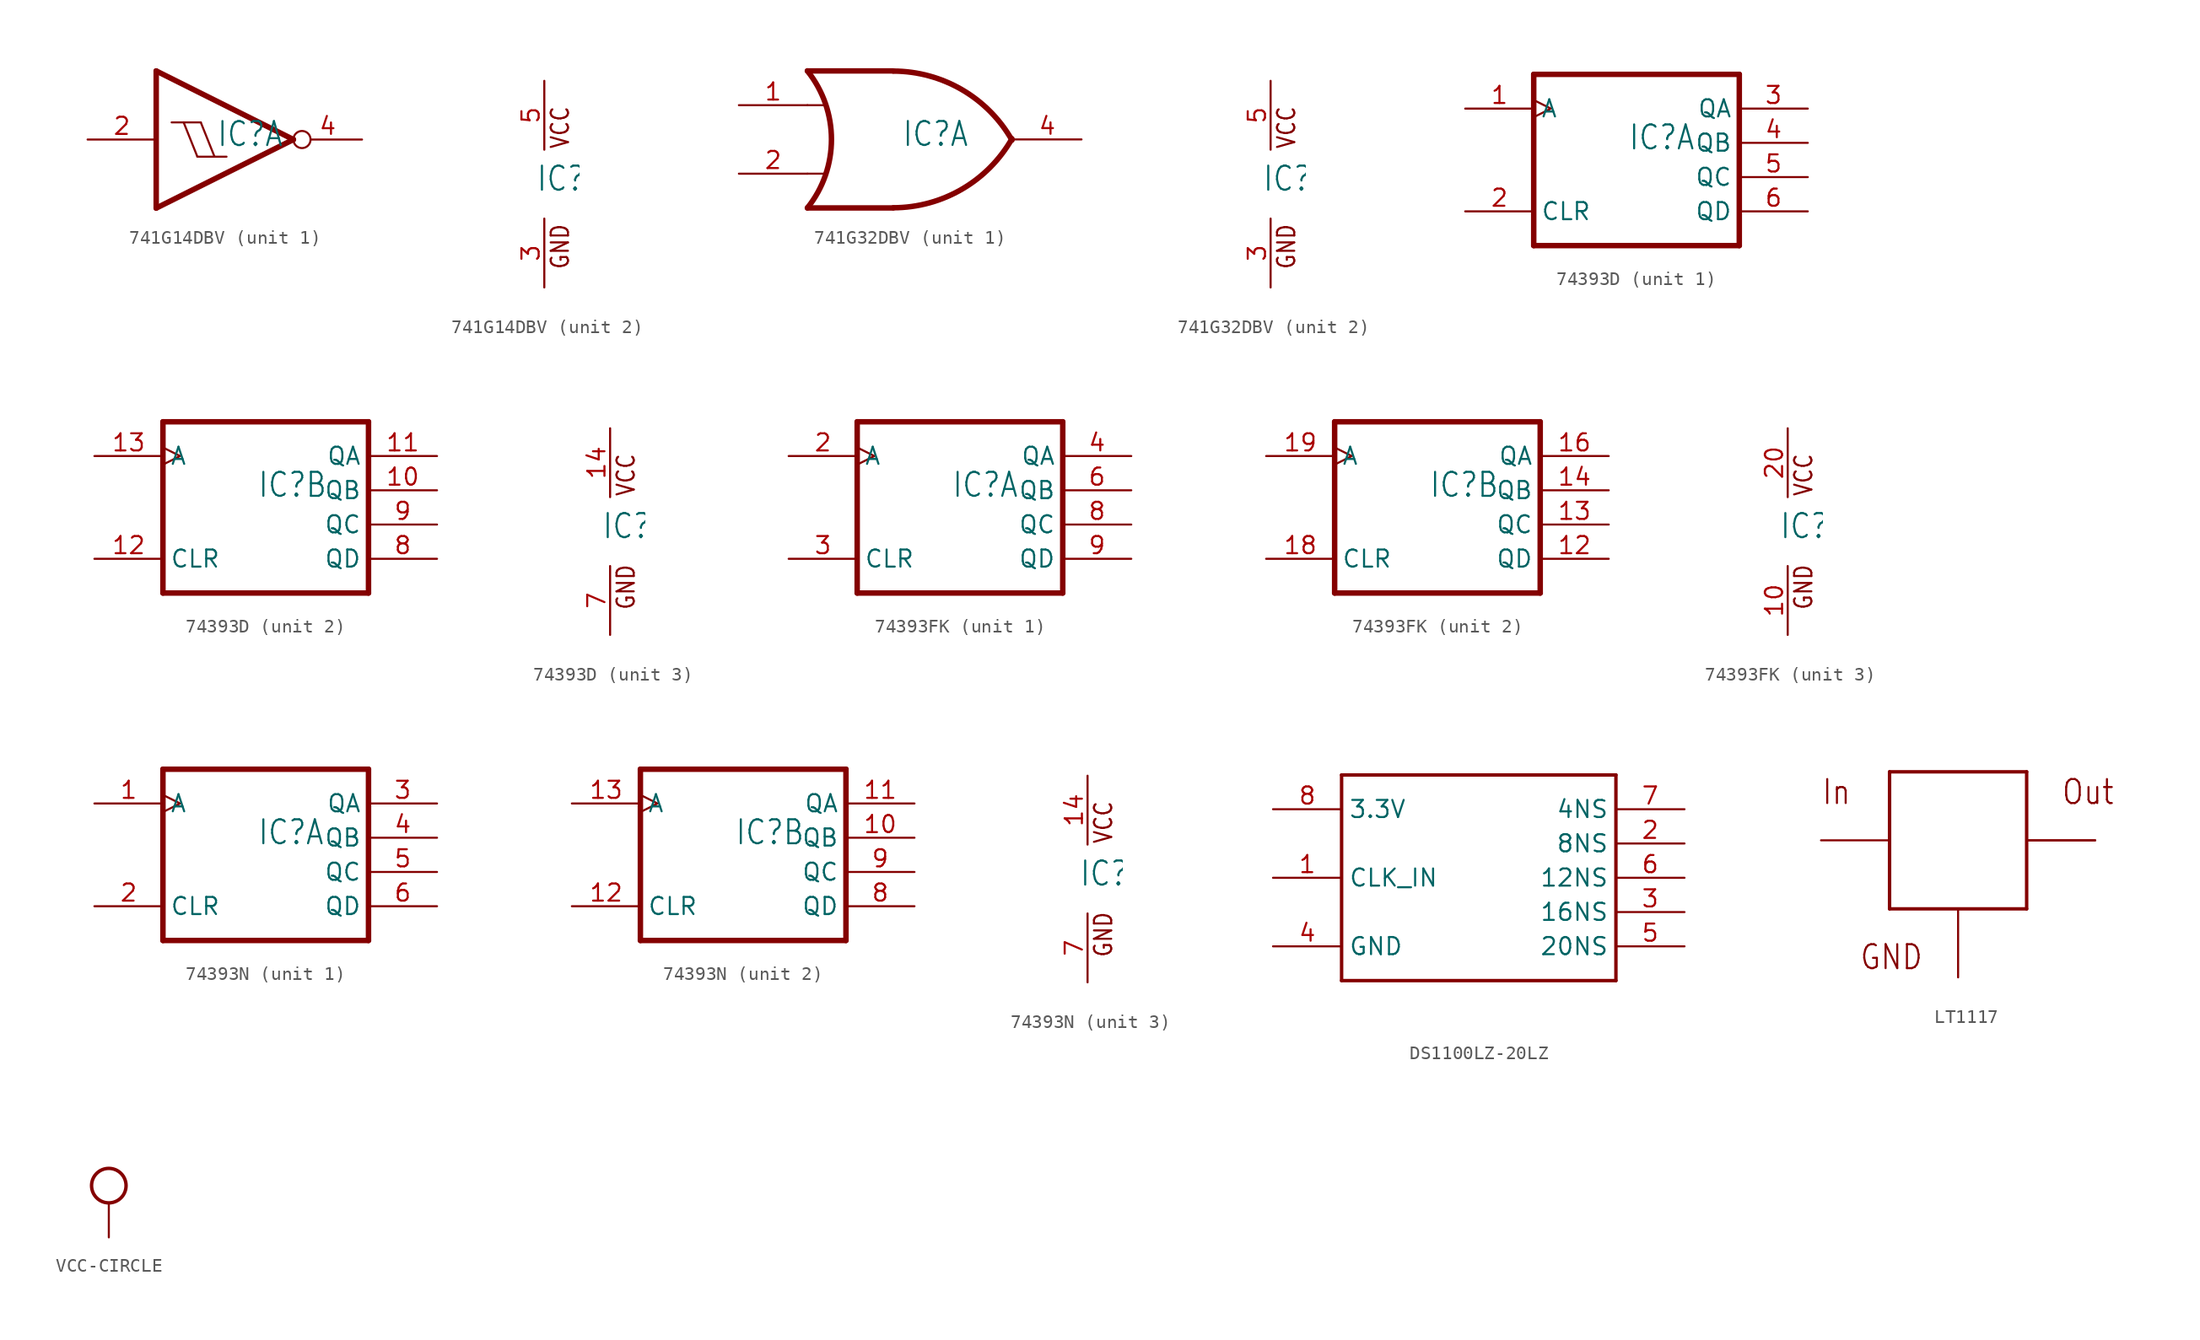
<source format=kicad_sym>
(kicad_symbol_lib
  (version 20231120)
  (generator "kicad_symbol_editor")
  (generator_version "8.0")
  (symbol "741G14DBV"
    (property "Reference" "IC"
      (at -0.635 -0.635 0)
      (effects (font (size 1.778 1.511)) (justify left bottom)))
    (property "ki_locked" ""
      (at 0 0 0)
      (effects (font (size 1.27 1.27))))
    (symbol "741G14DBV_1_0"
      (polyline (pts (xy -5.08 -5.08) (xy -5.08 5.08)) (stroke (width 0.406) (type solid)) (fill (type none)))
      (polyline (pts (xy -5.08 5.08) (xy 5.08 0)) (stroke (width 0.406) (type solid)) (fill (type none)))
      (polyline (pts (xy -3.937 1.27) (xy -3.048 1.27)) (stroke (width 0.152) (type solid)) (fill (type none)))
      (polyline (pts (xy -3.048 1.27) (xy -1.778 1.27)) (stroke (width 0.152) (type solid)) (fill (type none)))
      (polyline (pts (xy -2.032 -1.27) (xy -3.048 1.27)) (stroke (width 0.152) (type solid)) (fill (type none)))
      (polyline (pts (xy -2.032 -1.27) (xy -0.762 -1.27)) (stroke (width 0.152) (type solid)) (fill (type none)))
      (polyline (pts (xy -0.762 -1.27) (xy -1.778 1.27)) (stroke (width 0.152) (type solid)) (fill (type none)))
      (polyline (pts (xy -0.762 -1.27) (xy 0.127 -1.27)) (stroke (width 0.152) (type solid)) (fill (type none)))
      (polyline (pts (xy 5.08 0) (xy -5.08 -5.08)) (stroke (width 0.406) (type solid)) (fill (type none)))
      (pin input line (at -10.16 0 0) (length 5.08) (name "I" (effects (font (size 0 0)))) (number "2" (effects (font (size 1.27 1.27)))))
      (pin output inverted (at 10.16 0 180) (length 5.08) (name "O" (effects (font (size 0 0)))) (number "4" (effects (font (size 1.27 1.27))))))
    (symbol "741G14DBV_2_0"
      (text "GND" (at 1.905 -6.35 900) (effects (font (size 1.27 1.079)) (justify left bottom)))
      (text "VCC" (at 1.905 2.54 900) (effects (font (size 1.27 1.079)) (justify left bottom)))
      (pin power_in line (at 0 -7.62 90) (length 5.08) (name "GND" (effects (font (size 0 0)))) (number "3" (effects (font (size 1.27 1.27)))))
      (pin power_in line (at 0 7.62 270) (length 5.08) (name "VCC" (effects (font (size 0 0)))) (number "5" (effects (font (size 1.27 1.27)))))))
  (symbol "741G32DBV"
    (property "Reference" "IC"
      (at -0.635 -0.635 0)
      (effects (font (size 1.778 1.511)) (justify left bottom)))
    (property "ki_locked" ""
      (at 0 0 0)
      (effects (font (size 1.27 1.27))))
    (symbol "741G32DBV_1_0"
      (arc (start -7.6199 -5.0799) (mid -5.838 0.0001) (end -7.62 5.08) (stroke (width 0.4064) (type solid)) (fill (type none)))
      (arc (start -1.2446 -5.0678) (mid 3.8371 -3.6891) (end 7.5439 0.0506) (stroke (width 0.4064) (type solid)) (fill (type none)))
      (polyline (pts (xy -7.62 -2.54) (xy -6.35 -2.54)) (stroke (width 0.152) (type solid)) (fill (type none)))
      (polyline (pts (xy -7.62 2.54) (xy -6.35 2.54)) (stroke (width 0.152) (type solid)) (fill (type none)))
      (polyline (pts (xy -1.27 -5.08) (xy -7.62 -5.08)) (stroke (width 0.406) (type solid)) (fill (type none)))
      (polyline (pts (xy -1.27 5.08) (xy -7.62 5.08)) (stroke (width 0.406) (type solid)) (fill (type none)))
      (arc (start 7.5441 -0.0504) (mid 3.8372 3.6892) (end -1.2446 5.0678) (stroke (width 0.4064) (type solid)) (fill (type none)))
      (pin input line (at -12.7 2.54 0) (length 5.08) (name "I0" (effects (font (size 0 0)))) (number "1" (effects (font (size 1.27 1.27)))))
      (pin input line (at -12.7 -2.54 0) (length 5.08) (name "I1" (effects (font (size 0 0)))) (number "2" (effects (font (size 1.27 1.27)))))
      (pin output line (at 12.7 0 180) (length 5.08) (name "O" (effects (font (size 0 0)))) (number "4" (effects (font (size 1.27 1.27))))))
    (symbol "741G32DBV_2_0"
      (text "GND" (at 1.905 -6.35 900) (effects (font (size 1.27 1.079)) (justify left bottom)))
      (text "VCC" (at 1.905 2.54 900) (effects (font (size 1.27 1.079)) (justify left bottom)))
      (pin power_in line (at 0 -7.62 90) (length 5.08) (name "GND" (effects (font (size 0 0)))) (number "3" (effects (font (size 1.27 1.27)))))
      (pin power_in line (at 0 7.62 270) (length 5.08) (name "VCC" (effects (font (size 0 0)))) (number "5" (effects (font (size 1.27 1.27)))))))
  (symbol "74393D"
    (property "Reference" "IC"
      (at -0.635 -0.635 0)
      (effects (font (size 1.778 1.511)) (justify left bottom)))
    (property "ki_locked" ""
      (at 0 0 0)
      (effects (font (size 1.27 1.27))))
    (symbol "74393D_1_0"
      (polyline (pts (xy -7.62 -7.62) (xy 7.62 -7.62)) (stroke (width 0.406) (type solid)) (fill (type none)))
      (polyline (pts (xy -7.62 5.08) (xy -7.62 -7.62)) (stroke (width 0.406) (type solid)) (fill (type none)))
      (polyline (pts (xy 7.62 -7.62) (xy 7.62 5.08)) (stroke (width 0.406) (type solid)) (fill (type none)))
      (polyline (pts (xy 7.62 5.08) (xy -7.62 5.08)) (stroke (width 0.406) (type solid)) (fill (type none)))
      (pin input clock (at -12.7 2.54 0) (length 5.08) (name "A" (effects (font (size 1.27 1.27)))) (number "1" (effects (font (size 1.27 1.27)))))
      (pin input line (at -12.7 -5.08 0) (length 5.08) (name "CLR" (effects (font (size 1.27 1.27)))) (number "2" (effects (font (size 1.27 1.27)))))
      (pin output line (at 12.7 2.54 180) (length 5.08) (name "QA" (effects (font (size 1.27 1.27)))) (number "3" (effects (font (size 1.27 1.27)))))
      (pin output line (at 12.7 0 180) (length 5.08) (name "QB" (effects (font (size 1.27 1.27)))) (number "4" (effects (font (size 1.27 1.27)))))
      (pin output line (at 12.7 -2.54 180) (length 5.08) (name "QC" (effects (font (size 1.27 1.27)))) (number "5" (effects (font (size 1.27 1.27)))))
      (pin output line (at 12.7 -5.08 180) (length 5.08) (name "QD" (effects (font (size 1.27 1.27)))) (number "6" (effects (font (size 1.27 1.27))))))
    (symbol "74393D_2_0"
      (polyline (pts (xy -7.62 -7.62) (xy 7.62 -7.62)) (stroke (width 0.406) (type solid)) (fill (type none)))
      (polyline (pts (xy -7.62 5.08) (xy -7.62 -7.62)) (stroke (width 0.406) (type solid)) (fill (type none)))
      (polyline (pts (xy 7.62 -7.62) (xy 7.62 5.08)) (stroke (width 0.406) (type solid)) (fill (type none)))
      (polyline (pts (xy 7.62 5.08) (xy -7.62 5.08)) (stroke (width 0.406) (type solid)) (fill (type none)))
      (pin output line (at 12.7 0 180) (length 5.08) (name "QB" (effects (font (size 1.27 1.27)))) (number "10" (effects (font (size 1.27 1.27)))))
      (pin output line (at 12.7 2.54 180) (length 5.08) (name "QA" (effects (font (size 1.27 1.27)))) (number "11" (effects (font (size 1.27 1.27)))))
      (pin input line (at -12.7 -5.08 0) (length 5.08) (name "CLR" (effects (font (size 1.27 1.27)))) (number "12" (effects (font (size 1.27 1.27)))))
      (pin input clock (at -12.7 2.54 0) (length 5.08) (name "A" (effects (font (size 1.27 1.27)))) (number "13" (effects (font (size 1.27 1.27)))))
      (pin output line (at 12.7 -5.08 180) (length 5.08) (name "QD" (effects (font (size 1.27 1.27)))) (number "8" (effects (font (size 1.27 1.27)))))
      (pin output line (at 12.7 -2.54 180) (length 5.08) (name "QC" (effects (font (size 1.27 1.27)))) (number "9" (effects (font (size 1.27 1.27))))))
    (symbol "74393D_3_0"
      (text "GND" (at 1.905 -5.842 900) (effects (font (size 1.27 1.079)) (justify left bottom)))
      (text "VCC" (at 1.905 2.54 900) (effects (font (size 1.27 1.079)) (justify left bottom)))
      (pin power_in line (at 0 7.62 270) (length 5.08) (name "VCC" (effects (font (size 0 0)))) (number "14" (effects (font (size 1.27 1.27)))))
      (pin power_in line (at 0 -7.62 90) (length 5.08) (name "GND" (effects (font (size 0 0)))) (number "7" (effects (font (size 1.27 1.27)))))))
  (symbol "74393FK"
    (property "Reference" "IC"
      (at -0.635 -0.635 0)
      (effects (font (size 1.778 1.511)) (justify left bottom)))
    (property "ki_locked" ""
      (at 0 0 0)
      (effects (font (size 1.27 1.27))))
    (symbol "74393FK_1_0"
      (polyline (pts (xy -7.62 -7.62) (xy 7.62 -7.62)) (stroke (width 0.406) (type solid)) (fill (type none)))
      (polyline (pts (xy -7.62 5.08) (xy -7.62 -7.62)) (stroke (width 0.406) (type solid)) (fill (type none)))
      (polyline (pts (xy 7.62 -7.62) (xy 7.62 5.08)) (stroke (width 0.406) (type solid)) (fill (type none)))
      (polyline (pts (xy 7.62 5.08) (xy -7.62 5.08)) (stroke (width 0.406) (type solid)) (fill (type none)))
      (pin input clock (at -12.7 2.54 0) (length 5.08) (name "A" (effects (font (size 1.27 1.27)))) (number "2" (effects (font (size 1.27 1.27)))))
      (pin input line (at -12.7 -5.08 0) (length 5.08) (name "CLR" (effects (font (size 1.27 1.27)))) (number "3" (effects (font (size 1.27 1.27)))))
      (pin output line (at 12.7 2.54 180) (length 5.08) (name "QA" (effects (font (size 1.27 1.27)))) (number "4" (effects (font (size 1.27 1.27)))))
      (pin output line (at 12.7 0 180) (length 5.08) (name "QB" (effects (font (size 1.27 1.27)))) (number "6" (effects (font (size 1.27 1.27)))))
      (pin output line (at 12.7 -2.54 180) (length 5.08) (name "QC" (effects (font (size 1.27 1.27)))) (number "8" (effects (font (size 1.27 1.27)))))
      (pin output line (at 12.7 -5.08 180) (length 5.08) (name "QD" (effects (font (size 1.27 1.27)))) (number "9" (effects (font (size 1.27 1.27))))))
    (symbol "74393FK_2_0"
      (polyline (pts (xy -7.62 -7.62) (xy 7.62 -7.62)) (stroke (width 0.406) (type solid)) (fill (type none)))
      (polyline (pts (xy -7.62 5.08) (xy -7.62 -7.62)) (stroke (width 0.406) (type solid)) (fill (type none)))
      (polyline (pts (xy 7.62 -7.62) (xy 7.62 5.08)) (stroke (width 0.406) (type solid)) (fill (type none)))
      (polyline (pts (xy 7.62 5.08) (xy -7.62 5.08)) (stroke (width 0.406) (type solid)) (fill (type none)))
      (pin output line (at 12.7 -5.08 180) (length 5.08) (name "QD" (effects (font (size 1.27 1.27)))) (number "12" (effects (font (size 1.27 1.27)))))
      (pin output line (at 12.7 -2.54 180) (length 5.08) (name "QC" (effects (font (size 1.27 1.27)))) (number "13" (effects (font (size 1.27 1.27)))))
      (pin output line (at 12.7 0 180) (length 5.08) (name "QB" (effects (font (size 1.27 1.27)))) (number "14" (effects (font (size 1.27 1.27)))))
      (pin output line (at 12.7 2.54 180) (length 5.08) (name "QA" (effects (font (size 1.27 1.27)))) (number "16" (effects (font (size 1.27 1.27)))))
      (pin input line (at -12.7 -5.08 0) (length 5.08) (name "CLR" (effects (font (size 1.27 1.27)))) (number "18" (effects (font (size 1.27 1.27)))))
      (pin input clock (at -12.7 2.54 0) (length 5.08) (name "A" (effects (font (size 1.27 1.27)))) (number "19" (effects (font (size 1.27 1.27))))))
    (symbol "74393FK_3_0"
      (text "GND" (at 1.905 -5.842 900) (effects (font (size 1.27 1.079)) (justify left bottom)))
      (text "VCC" (at 1.905 2.54 900) (effects (font (size 1.27 1.079)) (justify left bottom)))
      (pin power_in line (at 0 -7.62 90) (length 5.08) (name "GND" (effects (font (size 0 0)))) (number "10" (effects (font (size 1.27 1.27)))))
      (pin power_in line (at 0 7.62 270) (length 5.08) (name "VCC" (effects (font (size 0 0)))) (number "20" (effects (font (size 1.27 1.27)))))))
  (symbol "74393N"
    (property "Reference" "IC"
      (at -0.635 -0.635 0)
      (effects (font (size 1.778 1.511)) (justify left bottom)))
    (property "ki_locked" ""
      (at 0 0 0)
      (effects (font (size 1.27 1.27))))
    (symbol "74393N_1_0"
      (polyline (pts (xy -7.62 -7.62) (xy 7.62 -7.62)) (stroke (width 0.406) (type solid)) (fill (type none)))
      (polyline (pts (xy -7.62 5.08) (xy -7.62 -7.62)) (stroke (width 0.406) (type solid)) (fill (type none)))
      (polyline (pts (xy 7.62 -7.62) (xy 7.62 5.08)) (stroke (width 0.406) (type solid)) (fill (type none)))
      (polyline (pts (xy 7.62 5.08) (xy -7.62 5.08)) (stroke (width 0.406) (type solid)) (fill (type none)))
      (pin input clock (at -12.7 2.54 0) (length 5.08) (name "A" (effects (font (size 1.27 1.27)))) (number "1" (effects (font (size 1.27 1.27)))))
      (pin input line (at -12.7 -5.08 0) (length 5.08) (name "CLR" (effects (font (size 1.27 1.27)))) (number "2" (effects (font (size 1.27 1.27)))))
      (pin output line (at 12.7 2.54 180) (length 5.08) (name "QA" (effects (font (size 1.27 1.27)))) (number "3" (effects (font (size 1.27 1.27)))))
      (pin output line (at 12.7 0 180) (length 5.08) (name "QB" (effects (font (size 1.27 1.27)))) (number "4" (effects (font (size 1.27 1.27)))))
      (pin output line (at 12.7 -2.54 180) (length 5.08) (name "QC" (effects (font (size 1.27 1.27)))) (number "5" (effects (font (size 1.27 1.27)))))
      (pin output line (at 12.7 -5.08 180) (length 5.08) (name "QD" (effects (font (size 1.27 1.27)))) (number "6" (effects (font (size 1.27 1.27))))))
    (symbol "74393N_2_0"
      (polyline (pts (xy -7.62 -7.62) (xy 7.62 -7.62)) (stroke (width 0.406) (type solid)) (fill (type none)))
      (polyline (pts (xy -7.62 5.08) (xy -7.62 -7.62)) (stroke (width 0.406) (type solid)) (fill (type none)))
      (polyline (pts (xy 7.62 -7.62) (xy 7.62 5.08)) (stroke (width 0.406) (type solid)) (fill (type none)))
      (polyline (pts (xy 7.62 5.08) (xy -7.62 5.08)) (stroke (width 0.406) (type solid)) (fill (type none)))
      (pin output line (at 12.7 0 180) (length 5.08) (name "QB" (effects (font (size 1.27 1.27)))) (number "10" (effects (font (size 1.27 1.27)))))
      (pin output line (at 12.7 2.54 180) (length 5.08) (name "QA" (effects (font (size 1.27 1.27)))) (number "11" (effects (font (size 1.27 1.27)))))
      (pin input line (at -12.7 -5.08 0) (length 5.08) (name "CLR" (effects (font (size 1.27 1.27)))) (number "12" (effects (font (size 1.27 1.27)))))
      (pin input clock (at -12.7 2.54 0) (length 5.08) (name "A" (effects (font (size 1.27 1.27)))) (number "13" (effects (font (size 1.27 1.27)))))
      (pin output line (at 12.7 -5.08 180) (length 5.08) (name "QD" (effects (font (size 1.27 1.27)))) (number "8" (effects (font (size 1.27 1.27)))))
      (pin output line (at 12.7 -2.54 180) (length 5.08) (name "QC" (effects (font (size 1.27 1.27)))) (number "9" (effects (font (size 1.27 1.27))))))
    (symbol "74393N_3_0"
      (text "GND" (at 1.905 -5.842 900) (effects (font (size 1.27 1.079)) (justify left bottom)))
      (text "VCC" (at 1.905 2.54 900) (effects (font (size 1.27 1.079)) (justify left bottom)))
      (pin power_in line (at 0 7.62 270) (length 5.08) (name "VCC" (effects (font (size 0 0)))) (number "14" (effects (font (size 1.27 1.27)))))
      (pin power_in line (at 0 -7.62 90) (length 5.08) (name "GND" (effects (font (size 0 0)))) (number "7" (effects (font (size 1.27 1.27)))))))
  (symbol "DS1100LZ-20LZ"
    (property "Reference" ""
      (at -10.16 12.7 0)
      (effects (font (size 1.778 1.511)) (justify left bottom) (hide yes)))
    (property "Value" ""
      (at -10.16 -7.62 0)
      (effects (font (size 1.778 1.511)) (justify left bottom)))
    (property "ki_locked" ""
      (at 0 0 0)
      (effects (font (size 1.27 1.27))))
    (symbol "DS1100LZ-20LZ_1_0"
      (polyline (pts (xy -10.16 -5.08) (xy 10.16 -5.08)) (stroke (width 0.254) (type solid)) (fill (type none)))
      (polyline (pts (xy -10.16 10.16) (xy -10.16 -5.08)) (stroke (width 0.254) (type solid)) (fill (type none)))
      (polyline (pts (xy 10.16 -5.08) (xy 10.16 10.16)) (stroke (width 0.254) (type solid)) (fill (type none)))
      (polyline (pts (xy 10.16 10.16) (xy -10.16 10.16)) (stroke (width 0.254) (type solid)) (fill (type none)))
      (pin bidirectional line (at -15.24 2.54 0) (length 5.08) (name "CLK_IN" (effects (font (size 1.27 1.27)))) (number "1" (effects (font (size 1.27 1.27)))))
      (pin bidirectional line (at 15.24 5.08 180) (length 5.08) (name "8NS" (effects (font (size 1.27 1.27)))) (number "2" (effects (font (size 1.27 1.27)))))
      (pin bidirectional line (at 15.24 0 180) (length 5.08) (name "16NS" (effects (font (size 1.27 1.27)))) (number "3" (effects (font (size 1.27 1.27)))))
      (pin bidirectional line (at -15.24 -2.54 0) (length 5.08) (name "GND" (effects (font (size 1.27 1.27)))) (number "4" (effects (font (size 1.27 1.27)))))
      (pin bidirectional line (at 15.24 -2.54 180) (length 5.08) (name "20NS" (effects (font (size 1.27 1.27)))) (number "5" (effects (font (size 1.27 1.27)))))
      (pin bidirectional line (at 15.24 2.54 180) (length 5.08) (name "12NS" (effects (font (size 1.27 1.27)))) (number "6" (effects (font (size 1.27 1.27)))))
      (pin bidirectional line (at 15.24 7.62 180) (length 5.08) (name "4NS" (effects (font (size 1.27 1.27)))) (number "7" (effects (font (size 1.27 1.27)))))
      (pin bidirectional line (at -15.24 7.62 0) (length 5.08) (name "3.3V" (effects (font (size 1.27 1.27)))) (number "8" (effects (font (size 1.27 1.27)))))))
  (symbol "LT1117"
    (property "Reference" ""
      (at 0 0 0)
      (effects (font (size 1.27 1.27)) (hide yes)))
    (property "ki_locked" ""
      (at 0 0 0)
      (effects (font (size 1.27 1.27))))
    (symbol "LT1117_1_0"
      (polyline (pts (xy -5.08 -2.54) (xy 5.08 -2.54)) (stroke (width 0.254) (type solid)) (fill (type none)))
      (polyline (pts (xy -5.08 7.62) (xy -5.08 -2.54)) (stroke (width 0.254) (type solid)) (fill (type none)))
      (polyline (pts (xy 5.08 -2.54) (xy 5.08 7.62)) (stroke (width 0.254) (type solid)) (fill (type none)))
      (polyline (pts (xy 5.08 7.62) (xy -5.08 7.62)) (stroke (width 0.254) (type solid)) (fill (type none)))
      (text "GND" (at -2.54 -5.08 0) (effects (font (size 1.778 1.511)) (justify right top)))
      (text "In" (at -10.16 5.08 0) (effects (font (size 1.778 1.511)) (justify left bottom)))
      (text "Out" (at 7.62 5.08 0) (effects (font (size 1.778 1.511)) (justify left bottom)))
      (pin bidirectional line (at 0 -7.62 90) (length 5.08) (name "GND" (effects (font (size 0 0)))) (number "1" (effects (font (size 0 0)))))
      (pin power_in line (at 10.16 2.54 180) (length 5.08) (name "VCC" (effects (font (size 0 0)))) (number "2" (effects (font (size 0 0)))))
      (pin bidirectional line (at -10.16 2.54 0) (length 5.08) (name "IN" (effects (font (size 0 0)))) (number "3" (effects (font (size 0 0)))))
      (pin power_in line (at 10.16 2.54 180) (length 5.08) (name "VCC" (effects (font (size 0 0)))) (number "4" (effects (font (size 0 0)))))))
  (symbol "VCC-CIRCLE"
    (power)
    (property "Reference" "#SUPPLY"
      (at 0 0 0)
      (effects (font (size 1.27 1.27)) (hide yes)))
    (property "Value" ""
      (at 0 4.445 0)
      (effects (font (size 1.778 1.511))))
    (property "ki_locked" ""
      (at 0 0 0)
      (effects (font (size 1.27 1.27))))
    (symbol "VCC-CIRCLE_1_0"
      (circle (center 0 1.27) (radius 1.27) (stroke (width 0.254) (type solid)) (fill (type none)))
      (pin power_in line (at 0 -2.54 90) (length 2.54) (name "VCC" (effects (font (size 0 0)))) (number "1" (effects (font (size 0 0))))))))
</source>
